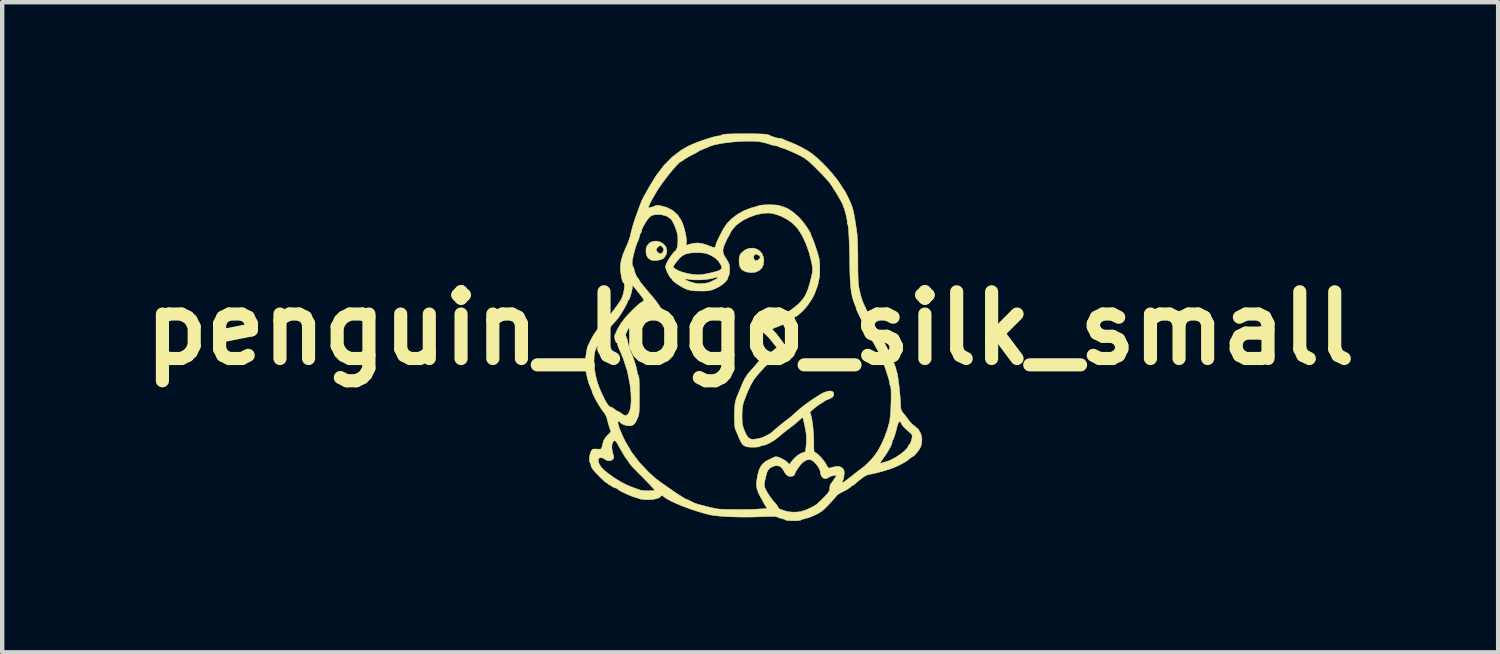
<source format=kicad_pcb>
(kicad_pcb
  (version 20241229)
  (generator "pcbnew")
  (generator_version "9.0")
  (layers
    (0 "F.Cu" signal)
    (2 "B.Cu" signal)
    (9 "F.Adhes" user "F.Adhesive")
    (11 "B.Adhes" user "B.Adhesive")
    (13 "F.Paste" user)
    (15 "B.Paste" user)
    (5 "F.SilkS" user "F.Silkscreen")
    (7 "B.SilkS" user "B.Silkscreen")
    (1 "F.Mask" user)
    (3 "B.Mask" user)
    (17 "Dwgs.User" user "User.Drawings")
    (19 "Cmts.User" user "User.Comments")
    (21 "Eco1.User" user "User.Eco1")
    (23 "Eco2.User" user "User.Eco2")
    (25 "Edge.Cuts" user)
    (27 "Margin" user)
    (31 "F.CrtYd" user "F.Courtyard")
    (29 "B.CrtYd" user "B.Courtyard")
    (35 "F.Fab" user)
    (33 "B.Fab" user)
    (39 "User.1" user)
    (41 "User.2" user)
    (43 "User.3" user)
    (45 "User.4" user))
  (footprint "penguin_logo_silk_small"
    (layer "F.Cu")
    (at 14.086 4.45)
    (property "Reference" "penguin_logo_silk_small" (at 0 0 0) (layer "F.SilkS") (effects (font (size 1.524 1.524) (thickness 0.3))))
    (attr through_hole)
    (fp_poly (pts (xy -2.066 -1.978) (xy -1.992 -1.937) (xy -1.933 -1.873) (xy -1.915 -1.837) (xy -1.902 -1.759) (xy -1.921 -1.679) (xy -1.966 -1.612) (xy -1.987 -1.594) (xy -2.044 -1.568) (xy -2.119 -1.552) (xy -2.196 -1.548) (xy -2.259 -1.558) (xy -2.276 -1.566) (xy -2.333 -1.609) (xy -2.364 -1.66) (xy -2.379 -1.733) (xy -2.379 -1.773) (xy -2.143 -1.773) (xy -2.108 -1.732) (xy -2.106 -1.73) (xy -2.064 -1.705) (xy -2.035 -1.705) (xy -2.004 -1.731) (xy -1.976 -1.781) (xy -1.986 -1.833) (xy -2.011 -1.865) (xy -2.04 -1.887) (xy -2.065 -1.885) (xy -2.098 -1.863) (xy -2.14 -1.818) (xy -2.143 -1.773) (xy -2.379 -1.773) (xy -2.379 -1.82) (xy -2.355 -1.886) (xy -2.302 -1.949) (xy -2.23 -1.985) (xy -2.149 -1.994) (xy -2.066 -1.978)) (stroke (width 0.01) (type solid)) (fill yes) (layer "F.SilkS"))
    (fp_poly (pts (xy 0.141 -1.815) (xy 0.216 -1.771) (xy 0.273 -1.703) (xy 0.307 -1.614) (xy 0.312 -1.552) (xy 0.302 -1.455) (xy 0.27 -1.382) (xy 0.21 -1.324) (xy 0.197 -1.315) (xy 0.115 -1.28) (xy 0.015 -1.272) (xy -0.09 -1.289) (xy -0.114 -1.297) (xy -0.185 -1.335) (xy -0.229 -1.391) (xy -0.25 -1.473) (xy -0.254 -1.537) (xy -0.251 -1.611) (xy -0.249 -1.622) (xy 0.078 -1.622) (xy 0.091 -1.57) (xy 0.125 -1.546) (xy 0.169 -1.554) (xy 0.206 -1.583) (xy 0.229 -1.613) (xy 0.227 -1.636) (xy 0.201 -1.664) (xy 0.154 -1.693) (xy 0.111 -1.689) (xy 0.084 -1.656) (xy 0.078 -1.622) (xy -0.249 -1.622) (xy -0.24 -1.661) (xy -0.216 -1.702) (xy -0.204 -1.717) (xy -0.125 -1.787) (xy -0.036 -1.825) (xy 0.054 -1.834) (xy 0.141 -1.815)) (stroke (width 0.01) (type solid)) (fill yes) (layer "F.SilkS"))
    (fp_poly (pts (xy 0.107 -4.444) (xy 0.243 -4.44) (xy 0.34 -4.435) (xy 0.398 -4.427) (xy 0.412 -4.422) (xy 0.503 -4.383) (xy 0.59 -4.354) (xy 0.66 -4.339) (xy 0.68 -4.338) (xy 0.727 -4.332) (xy 0.753 -4.321) (xy 0.78 -4.306) (xy 0.832 -4.284) (xy 0.899 -4.259) (xy 1.041 -4.2) (xy 1.188 -4.127) (xy 1.326 -4.048) (xy 1.426 -3.979) (xy 1.534 -3.889) (xy 1.652 -3.778) (xy 1.771 -3.654) (xy 1.884 -3.526) (xy 1.983 -3.402) (xy 2.06 -3.292) (xy 2.072 -3.273) (xy 2.101 -3.224) (xy 2.123 -3.191) (xy 2.129 -3.185) (xy 2.151 -3.154) (xy 2.184 -3.097) (xy 2.222 -3.022) (xy 2.262 -2.939) (xy 2.298 -2.857) (xy 2.326 -2.785) (xy 2.33 -2.774) (xy 2.352 -2.696) (xy 2.376 -2.585) (xy 2.4 -2.447) (xy 2.424 -2.29) (xy 2.442 -2.159) (xy 2.448 -2.088) (xy 2.453 -1.986) (xy 2.457 -1.861) (xy 2.46 -1.723) (xy 2.461 -1.579) (xy 2.461 -1.514) (xy 2.461 -1.353) (xy 2.464 -1.211) (xy 2.468 -1.093) (xy 2.474 -1.004) (xy 2.481 -0.949) (xy 2.481 -0.948) (xy 2.497 -0.874) (xy 2.513 -0.804) (xy 2.518 -0.782) (xy 2.534 -0.722) (xy 2.558 -0.649) (xy 2.569 -0.615) (xy 2.592 -0.561) (xy 2.627 -0.485) (xy 2.67 -0.395) (xy 2.718 -0.299) (xy 2.766 -0.205) (xy 2.811 -0.12) (xy 2.848 -0.052) (xy 2.874 -0.009) (xy 2.88 -0.001) (xy 2.909 0.04) (xy 2.92 0.059) (xy 2.935 0.088) (xy 2.964 0.142) (xy 3.002 0.212) (xy 3.02 0.244) (xy 3.122 0.436) (xy 3.204 0.603) (xy 3.269 0.75) (xy 3.318 0.884) (xy 3.354 1.01) (xy 3.36 1.036) (xy 3.372 1.1) (xy 3.386 1.193) (xy 3.4 1.304) (xy 3.413 1.425) (xy 3.424 1.544) (xy 3.433 1.651) (xy 3.438 1.737) (xy 3.438 1.762) (xy 3.442 1.832) (xy 3.455 1.879) (xy 3.484 1.921) (xy 3.498 1.938) (xy 3.546 1.995) (xy 3.596 2.063) (xy 3.615 2.091) (xy 3.667 2.155) (xy 3.732 2.215) (xy 3.759 2.233) (xy 3.842 2.307) (xy 3.898 2.403) (xy 3.924 2.513) (xy 3.918 2.629) (xy 3.894 2.711) (xy 3.869 2.757) (xy 3.831 2.811) (xy 3.787 2.864) (xy 3.747 2.907) (xy 3.717 2.929) (xy 3.711 2.931) (xy 3.688 2.943) (xy 3.649 2.973) (xy 3.634 2.987) (xy 3.576 3.03) (xy 3.494 3.08) (xy 3.397 3.13) (xy 3.299 3.175) (xy 3.21 3.209) (xy 3.204 3.211) (xy 3.035 3.263) (xy 2.893 3.301) (xy 2.783 3.326) (xy 2.746 3.332) (xy 2.685 3.346) (xy 2.624 3.374) (xy 2.554 3.421) (xy 2.468 3.491) (xy 2.449 3.507) (xy 2.391 3.557) (xy 2.35 3.587) (xy 2.334 3.595) (xy 2.314 3.607) (xy 2.28 3.636) (xy 2.24 3.665) (xy 2.178 3.702) (xy 2.116 3.733) (xy 2.052 3.766) (xy 2.003 3.796) (xy 1.979 3.817) (xy 1.96 3.842) (xy 1.921 3.888) (xy 1.866 3.949) (xy 1.807 4.014) (xy 1.731 4.094) (xy 1.667 4.153) (xy 1.607 4.197) (xy 1.538 4.237) (xy 1.491 4.26) (xy 1.409 4.297) (xy 1.329 4.327) (xy 1.266 4.346) (xy 1.251 4.349) (xy 1.199 4.361) (xy 1.165 4.375) (xy 1.161 4.379) (xy 1.137 4.387) (xy 1.086 4.393) (xy 1.018 4.396) (xy 0.946 4.395) (xy 0.88 4.392) (xy 0.831 4.386) (xy 0.812 4.379) (xy 0.788 4.364) (xy 0.74 4.35) (xy 0.729 4.348) (xy 0.672 4.333) (xy 0.628 4.314) (xy 0.624 4.312) (xy 0.598 4.303) (xy 0.548 4.298) (xy 0.47 4.297) (xy 0.36 4.3) (xy 0.262 4.303) (xy 0.067 4.31) (xy -0.13 4.312) (xy -0.322 4.309) (xy -0.502 4.303) (xy -0.665 4.292) (xy -0.803 4.279) (xy -0.91 4.262) (xy -0.928 4.258) (xy -1.077 4.219) (xy -1.232 4.172) (xy -1.389 4.12) (xy -1.539 4.064) (xy -1.679 4.006) (xy -1.8 3.951) (xy -1.896 3.899) (xy -1.963 3.854) (xy -1.971 3.847) (xy -2.003 3.821) (xy -2.023 3.82) (xy -2.039 3.839) (xy -2.083 3.872) (xy -2.156 3.896) (xy -2.249 3.911) (xy -2.353 3.915) (xy -2.393 3.913) (xy -2.464 3.906) (xy -2.52 3.897) (xy -2.549 3.888) (xy -2.55 3.888) (xy -2.582 3.874) (xy -2.628 3.86) (xy -2.681 3.844) (xy -2.749 3.817) (xy -2.825 3.784) (xy -2.9 3.749) (xy -2.964 3.716) (xy -3.01 3.688) (xy -3.028 3.671) (xy -3.028 3.67) (xy -3.045 3.657) (xy -3.086 3.644) (xy -3.086 3.644) (xy -3.135 3.626) (xy -3.166 3.604) (xy -3.2 3.579) (xy -3.216 3.576) (xy -3.241 3.564) (xy -3.243 3.556) (xy -3.259 3.538) (xy -3.269 3.536) (xy -3.292 3.523) (xy -3.336 3.487) (xy -3.394 3.433) (xy -3.46 3.367) (xy -3.465 3.363) (xy -3.544 3.28) (xy -3.596 3.217) (xy -3.625 3.172) (xy -3.634 3.14) (xy -3.641 3.097) (xy -3.654 3.077) (xy -3.668 3.048) (xy -3.673 2.994) (xy -3.673 2.993) (xy -3.468 2.993) (xy -3.468 3.043) (xy -3.446 3.103) (xy -3.405 3.168) (xy -3.351 3.226) (xy -3.234 3.323) (xy -3.099 3.418) (xy -2.958 3.505) (xy -2.822 3.576) (xy -2.726 3.616) (xy -2.683 3.632) (xy -2.624 3.654) (xy -2.608 3.66) (xy -2.55 3.682) (xy -2.5 3.697) (xy -2.491 3.699) (xy -2.446 3.705) (xy -2.382 3.709) (xy -2.312 3.71) (xy -2.247 3.709) (xy -2.2 3.705) (xy -2.183 3.7) (xy -2.192 3.683) (xy -2.225 3.643) (xy -2.278 3.585) (xy -2.347 3.512) (xy -2.428 3.43) (xy -2.438 3.42) (xy -2.534 3.323) (xy -2.607 3.25) (xy -2.661 3.195) (xy -2.7 3.153) (xy -2.728 3.12) (xy -2.75 3.091) (xy -2.77 3.061) (xy -2.785 3.038) (xy -2.813 2.996) (xy -2.833 2.971) (xy -2.834 2.97) (xy -2.843 2.959) (xy -2.86 2.934) (xy -2.887 2.89) (xy -2.927 2.821) (xy -2.983 2.726) (xy -3.008 2.681) (xy -3.037 2.626) (xy -3.039 2.622) (xy -3.074 2.575) (xy -3.107 2.566) (xy -3.135 2.596) (xy -3.153 2.646) (xy -3.16 2.707) (xy -3.154 2.777) (xy -3.133 2.867) (xy -3.117 2.923) (xy -3.118 2.97) (xy -3.147 3.005) (xy -3.194 3.025) (xy -3.249 3.025) (xy -3.302 3.003) (xy -3.313 2.994) (xy -3.362 2.965) (xy -3.403 2.954) (xy -3.447 2.962) (xy -3.468 2.993) (xy -3.673 2.993) (xy -3.668 2.928) (xy -3.654 2.862) (xy -3.64 2.822) (xy -3.618 2.782) (xy -3.596 2.761) (xy -3.56 2.756) (xy -3.502 2.758) (xy -3.441 2.761) (xy -3.409 2.755) (xy -3.393 2.738) (xy -3.387 2.716) (xy -3.364 2.623) (xy -3.342 2.557) (xy -3.314 2.507) (xy -3.275 2.459) (xy -3.261 2.445) (xy -3.18 2.362) (xy -3.209 2.28) (xy -3.231 2.211) (xy -3.25 2.142) (xy -3.022 2.142) (xy -3.02 2.169) (xy -3.005 2.221) (xy -2.997 2.252) (xy -2.974 2.317) (xy -2.937 2.406) (xy -2.888 2.511) (xy -2.851 2.586) (xy -2.708 2.829) (xy -2.532 3.061) (xy -2.321 3.285) (xy -2.188 3.406) (xy -2.142 3.443) (xy -2.074 3.494) (xy -1.991 3.554) (xy -1.898 3.619) (xy -1.801 3.686) (xy -1.706 3.751) (xy -1.618 3.809) (xy -1.542 3.857) (xy -1.486 3.891) (xy -1.455 3.907) (xy -1.451 3.908) (xy -1.424 3.917) (xy -1.376 3.939) (xy -1.346 3.955) (xy -1.276 3.989) (xy -1.204 4.016) (xy -1.182 4.022) (xy -1.125 4.036) (xy -1.046 4.056) (xy -0.96 4.078) (xy -0.948 4.081) (xy -0.864 4.101) (xy -0.787 4.117) (xy -0.73 4.127) (xy -0.723 4.128) (xy -0.648 4.132) (xy -0.543 4.136) (xy -0.417 4.138) (xy -0.28 4.139) (xy -0.141 4.138) (xy -0.009 4.136) (xy 0.106 4.132) (xy 0.15 4.13) (xy 0.388 4.117) (xy 0.341 4.042) (xy 0.312 3.995) (xy 0.295 3.963) (xy 0.293 3.957) (xy 0.284 3.935) (xy 0.259 3.893) (xy 0.244 3.868) (xy 0.185 3.755) (xy 0.15 3.643) (xy 0.143 3.561) (xy 0.323 3.561) (xy 0.332 3.626) (xy 0.335 3.638) (xy 0.364 3.7) (xy 0.41 3.779) (xy 0.465 3.862) (xy 0.521 3.936) (xy 0.567 3.987) (xy 0.606 4.032) (xy 0.632 4.074) (xy 0.633 4.078) (xy 0.658 4.116) (xy 0.68 4.129) (xy 0.719 4.143) (xy 0.775 4.163) (xy 0.791 4.169) (xy 0.877 4.19) (xy 0.983 4.199) (xy 1.092 4.195) (xy 1.181 4.179) (xy 1.268 4.15) (xy 1.362 4.109) (xy 1.449 4.065) (xy 1.514 4.024) (xy 1.52 4.019) (xy 1.558 3.985) (xy 1.613 3.933) (xy 1.675 3.871) (xy 1.695 3.851) (xy 1.755 3.787) (xy 1.792 3.74) (xy 1.81 3.703) (xy 1.817 3.665) (xy 1.817 3.652) (xy 1.823 3.596) (xy 1.839 3.556) (xy 1.842 3.553) (xy 1.866 3.522) (xy 1.901 3.472) (xy 1.922 3.441) (xy 1.978 3.355) (xy 1.898 3.366) (xy 1.839 3.38) (xy 1.794 3.402) (xy 1.787 3.408) (xy 1.738 3.435) (xy 1.687 3.43) (xy 1.643 3.397) (xy 1.612 3.342) (xy 1.602 3.279) (xy 1.589 3.229) (xy 1.554 3.165) (xy 1.506 3.1) (xy 1.454 3.045) (xy 1.414 3.016) (xy 1.35 2.997) (xy 1.284 3.01) (xy 1.209 3.058) (xy 1.192 3.073) (xy 1.153 3.115) (xy 1.108 3.172) (xy 1.066 3.234) (xy 1.033 3.29) (xy 1.017 3.329) (xy 1.016 3.335) (xy 0.999 3.364) (xy 0.957 3.381) (xy 0.902 3.382) (xy 0.872 3.375) (xy 0.819 3.339) (xy 0.79 3.294) (xy 0.739 3.206) (xy 0.681 3.153) (xy 0.613 3.136) (xy 0.551 3.145) (xy 0.461 3.185) (xy 0.401 3.25) (xy 0.375 3.317) (xy 0.359 3.383) (xy 0.341 3.46) (xy 0.336 3.481) (xy 0.323 3.561) (xy 0.143 3.561) (xy 0.142 3.542) (xy 0.143 3.529) (xy 0.166 3.377) (xy 0.195 3.258) (xy 0.234 3.167) (xy 0.285 3.097) (xy 0.351 3.042) (xy 0.41 3.009) (xy 0.469 2.981) (xy 0.517 2.956) (xy 0.532 2.949) (xy 0.575 2.933) (xy 0.594 2.931) (xy 0.643 2.941) (xy 0.709 2.969) (xy 0.777 3.005) (xy 0.833 3.043) (xy 0.849 3.058) (xy 0.896 3.109) (xy 0.961 3.022) (xy 1.017 2.96) (xy 1.084 2.903) (xy 1.153 2.859) (xy 1.212 2.835) (xy 1.229 2.833) (xy 1.248 2.828) (xy 1.26 2.808) (xy 1.269 2.766) (xy 1.277 2.694) (xy 1.279 2.669) (xy 1.284 2.579) (xy 1.285 2.489) (xy 1.281 2.418) (xy 1.28 2.411) (xy 1.271 2.355) (xy 1.258 2.283) (xy 1.242 2.206) (xy 1.226 2.132) (xy 1.212 2.073) (xy 1.202 2.039) (xy 1.2 2.035) (xy 1.185 2.044) (xy 1.15 2.073) (xy 1.12 2.101) (xy 1.069 2.146) (xy 0.999 2.204) (xy 0.922 2.263) (xy 0.899 2.281) (xy 0.824 2.337) (xy 0.753 2.394) (xy 0.697 2.441) (xy 0.684 2.453) (xy 0.605 2.518) (xy 0.515 2.579) (xy 0.426 2.629) (xy 0.348 2.662) (xy 0.31 2.672) (xy 0.258 2.682) (xy 0.226 2.696) (xy 0.223 2.699) (xy 0.2 2.707) (xy 0.148 2.713) (xy 0.078 2.716) (xy 0.065 2.716) (xy -0.038 2.712) (xy -0.113 2.695) (xy -0.167 2.659) (xy -0.211 2.597) (xy -0.254 2.505) (xy -0.255 2.502) (xy -0.286 2.426) (xy -0.315 2.359) (xy -0.336 2.313) (xy -0.338 2.307) (xy -0.349 2.264) (xy -0.356 2.185) (xy -0.36 2.075) (xy -0.361 1.995) (xy -0.358 1.86) (xy -0.351 1.754) (xy -0.336 1.666) (xy -0.312 1.585) (xy -0.277 1.502) (xy -0.274 1.495) (xy -0.259 1.459) (xy -0.233 1.398) (xy -0.203 1.324) (xy -0.193 1.299) (xy -0.161 1.225) (xy -0.131 1.163) (xy -0.109 1.124) (xy -0.104 1.117) (xy -0.082 1.089) (xy -0.078 1.078) (xy -0.066 1.058) (xy -0.034 1.018) (xy 0.005 0.974) (xy 0.066 0.906) (xy 0.131 0.831) (xy 0.162 0.793) (xy 0.208 0.744) (xy 0.266 0.69) (xy 0.33 0.636) (xy 0.389 0.589) (xy 0.437 0.558) (xy 0.464 0.547) (xy 0.488 0.536) (xy 0.528 0.507) (xy 0.545 0.493) (xy 0.609 0.439) (xy 0.525 0.332) (xy 0.45 0.241) (xy 0.384 0.169) (xy 0.314 0.106) (xy 0.259 0.062) (xy 0.206 0.012) (xy 0.178 -0.031) (xy 0.176 -0.044) (xy 0.193 -0.102) (xy 0.24 -0.141) (xy 0.31 -0.157) (xy 0.311 -0.157) (xy 0.377 -0.165) (xy 0.448 -0.182) (xy 0.459 -0.186) (xy 0.516 -0.204) (xy 0.562 -0.214) (xy 0.571 -0.215) (xy 0.613 -0.226) (xy 0.677 -0.258) (xy 0.758 -0.305) (xy 0.848 -0.363) (xy 0.939 -0.426) (xy 1.024 -0.49) (xy 1.097 -0.55) (xy 1.134 -0.587) (xy 1.195 -0.656) (xy 1.245 -0.729) (xy 1.289 -0.814) (xy 1.328 -0.917) (xy 1.366 -1.045) (xy 1.404 -1.197) (xy 1.42 -1.276) (xy 1.425 -1.346) (xy 1.418 -1.422) (xy 1.401 -1.518) (xy 1.399 -1.524) (xy 1.344 -1.737) (xy 1.273 -1.936) (xy 1.189 -2.115) (xy 1.095 -2.265) (xy 1.061 -2.308) (xy 0.959 -2.409) (xy 0.831 -2.497) (xy 0.689 -2.569) (xy 0.545 -2.616) (xy 0.436 -2.634) (xy 0.293 -2.627) (xy 0.138 -2.595) (xy -0.019 -2.539) (xy -0.165 -2.466) (xy -0.29 -2.379) (xy -0.327 -2.346) (xy -0.381 -2.287) (xy -0.426 -2.228) (xy -0.45 -2.186) (xy -0.47 -2.14) (xy -0.486 -2.112) (xy -0.487 -2.11) (xy -0.504 -2.084) (xy -0.531 -2.033) (xy -0.562 -1.966) (xy -0.592 -1.894) (xy -0.595 -1.888) (xy -0.619 -1.81) (xy -0.62 -1.742) (xy -0.597 -1.672) (xy -0.547 -1.588) (xy -0.547 -1.587) (xy -0.505 -1.521) (xy -0.482 -1.47) (xy -0.471 -1.417) (xy -0.469 -1.347) (xy -0.469 -1.342) (xy -0.472 -1.275) (xy -0.479 -1.224) (xy -0.488 -1.202) (xy -0.505 -1.174) (xy -0.508 -1.151) (xy -0.525 -1.107) (xy -0.57 -1.055) (xy -0.636 -0.999) (xy -0.715 -0.947) (xy -0.798 -0.906) (xy -0.863 -0.88) (xy -0.921 -0.864) (xy -0.983 -0.855) (xy -1.063 -0.852) (xy -1.135 -0.852) (xy -1.257 -0.855) (xy -1.349 -0.864) (xy -1.423 -0.882) (xy -1.438 -0.887) (xy -1.5 -0.914) (xy -1.571 -0.952) (xy -1.642 -0.996) (xy -1.706 -1.039) (xy -1.754 -1.076) (xy -1.777 -1.103) (xy -1.778 -1.107) (xy -1.784 -1.118) (xy -1.485 -1.118) (xy -1.467 -1.102) (xy -1.419 -1.08) (xy -1.347 -1.056) (xy -1.26 -1.032) (xy -1.241 -1.028) (xy -1.189 -1.022) (xy -1.117 -1.023) (xy -1.041 -1.028) (xy -0.973 -1.038) (xy -0.929 -1.05) (xy -0.927 -1.052) (xy -0.884 -1.073) (xy -0.827 -1.1) (xy -0.816 -1.105) (xy -0.77 -1.129) (xy -0.744 -1.15) (xy -0.742 -1.155) (xy -0.745 -1.169) (xy -0.758 -1.17) (xy -0.795 -1.16) (xy -0.813 -1.154) (xy -0.914 -1.13) (xy -1.037 -1.113) (xy -1.17 -1.106) (xy -1.296 -1.107) (xy -1.402 -1.119) (xy -1.421 -1.123) (xy -1.468 -1.128) (xy -1.485 -1.118) (xy -1.784 -1.118) (xy -1.794 -1.133) (xy -1.804 -1.139) (xy -1.827 -1.162) (xy -1.856 -1.21) (xy -1.888 -1.271) (xy -1.914 -1.333) (xy -1.931 -1.385) (xy -1.934 -1.401) (xy -1.765 -1.401) (xy -1.712 -1.358) (xy -1.644 -1.319) (xy -1.549 -1.284) (xy -1.436 -1.254) (xy -1.318 -1.233) (xy -1.205 -1.223) (xy -1.114 -1.226) (xy -1.054 -1.236) (xy -0.971 -1.252) (xy -0.88 -1.272) (xy -0.851 -1.279) (xy -0.753 -1.306) (xy -0.689 -1.331) (xy -0.655 -1.36) (xy -0.649 -1.394) (xy -0.664 -1.44) (xy -0.671 -1.452) (xy -0.727 -1.539) (xy -0.795 -1.605) (xy -0.888 -1.66) (xy -0.909 -1.671) (xy -0.969 -1.697) (xy -1.023 -1.714) (xy -1.083 -1.723) (xy -1.161 -1.727) (xy -1.221 -1.728) (xy -1.352 -1.723) (xy -1.456 -1.704) (xy -1.54 -1.664) (xy -1.616 -1.6) (xy -1.693 -1.506) (xy -1.72 -1.467) (xy -1.765 -1.401) (xy -1.934 -1.401) (xy -1.934 -1.405) (xy -1.923 -1.454) (xy -1.892 -1.521) (xy -1.849 -1.596) (xy -1.8 -1.669) (xy -1.751 -1.728) (xy -1.741 -1.738) (xy -1.698 -1.782) (xy -1.674 -1.823) (xy -1.66 -1.878) (xy -1.654 -1.929) (xy -1.651 -2.013) (xy -1.654 -2.1) (xy -1.66 -2.146) (xy -1.68 -2.221) (xy -1.71 -2.306) (xy -1.746 -2.39) (xy -1.783 -2.459) (xy -1.815 -2.502) (xy -1.904 -2.561) (xy -2.017 -2.593) (xy -2.095 -2.599) (xy -2.172 -2.595) (xy -2.232 -2.583) (xy -2.282 -2.555) (xy -2.329 -2.507) (xy -2.38 -2.434) (xy -2.437 -2.337) (xy -2.464 -2.282) (xy -2.48 -2.237) (xy -2.481 -2.225) (xy -2.49 -2.19) (xy -2.499 -2.18) (xy -2.513 -2.155) (xy -2.527 -2.108) (xy -2.53 -2.096) (xy -2.542 -2.043) (xy -2.556 -2.006) (xy -2.558 -2.003) (xy -2.579 -1.962) (xy -2.604 -1.894) (xy -2.63 -1.807) (xy -2.655 -1.713) (xy -2.677 -1.622) (xy -2.691 -1.543) (xy -2.696 -1.491) (xy -2.691 -1.445) (xy -2.68 -1.418) (xy -2.679 -1.418) (xy -2.664 -1.393) (xy -2.65 -1.346) (xy -2.648 -1.334) (xy -2.631 -1.273) (xy -2.606 -1.211) (xy -2.578 -1.161) (xy -2.555 -1.136) (xy -2.54 -1.114) (xy -2.54 -1.112) (xy -2.53 -1.09) (xy -2.498 -1.044) (xy -2.443 -0.975) (xy -2.365 -0.88) (xy -2.262 -0.758) (xy -2.217 -0.705) (xy -2.148 -0.62) (xy -2.091 -0.542) (xy -2.051 -0.478) (xy -2.033 -0.434) (xy -2.032 -0.428) (xy -2.043 -0.367) (xy -2.078 -0.336) (xy -2.108 -0.332) (xy -2.137 -0.335) (xy -2.163 -0.349) (xy -2.193 -0.379) (xy -2.234 -0.432) (xy -2.256 -0.462) (xy -2.268 -0.476) (xy -2.283 -0.481) (xy -2.306 -0.473) (xy -2.344 -0.449) (xy -2.402 -0.407) (xy -2.45 -0.371) (xy -2.524 -0.309) (xy -2.598 -0.233) (xy -2.67 -0.15) (xy -2.734 -0.064) (xy -2.788 0.018) (xy -2.825 0.09) (xy -2.844 0.146) (xy -2.838 0.18) (xy -2.821 0.216) (xy -2.805 0.268) (xy -2.804 0.274) (xy -2.787 0.354) (xy -2.765 0.429) (xy -2.736 0.511) (xy -2.694 0.613) (xy -2.681 0.645) (xy -2.659 0.703) (xy -2.635 0.779) (xy -2.611 0.859) (xy -2.592 0.933) (xy -2.581 0.988) (xy -2.579 1.006) (xy -2.568 1.051) (xy -2.555 1.072) (xy -2.546 1.092) (xy -2.539 1.135) (xy -2.535 1.205) (xy -2.532 1.304) (xy -2.53 1.438) (xy -2.53 1.53) (xy -2.53 1.672) (xy -2.531 1.781) (xy -2.534 1.863) (xy -2.537 1.923) (xy -2.544 1.969) (xy -2.553 2.004) (xy -2.565 2.037) (xy -2.576 2.061) (xy -2.616 2.142) (xy -2.653 2.191) (xy -2.693 2.218) (xy -2.744 2.227) (xy -2.766 2.227) (xy -2.825 2.22) (xy -2.886 2.202) (xy -2.937 2.178) (xy -2.967 2.153) (xy -2.97 2.144) (xy -2.986 2.131) (xy -3 2.13) (xy -3.022 2.142) (xy -3.25 2.142) (xy -3.253 2.129) (xy -3.263 2.091) (xy -3.284 2.021) (xy -3.313 1.959) (xy -3.331 1.934) (xy -3.375 1.878) (xy -3.425 1.803) (xy -3.478 1.718) (xy -3.528 1.63) (xy -3.57 1.548) (xy -3.601 1.48) (xy -3.614 1.434) (xy -3.615 1.43) (xy -3.623 1.404) (xy -3.64 1.368) (xy -3.679 1.276) (xy -3.714 1.157) (xy -3.745 1.021) (xy -3.753 0.973) (xy -3.765 0.885) (xy -3.768 0.805) (xy -3.766 0.767) (xy -3.568 0.767) (xy -3.557 0.916) (xy -3.532 1.071) (xy -3.493 1.225) (xy -3.441 1.371) (xy -3.438 1.377) (xy -3.368 1.533) (xy -3.309 1.652) (xy -3.258 1.735) (xy -3.217 1.783) (xy -3.186 1.798) (xy -3.149 1.81) (xy -3.105 1.841) (xy -3.099 1.846) (xy -3.058 1.879) (xy -3.026 1.895) (xy -3.023 1.896) (xy -2.993 1.908) (xy -2.95 1.937) (xy -2.941 1.945) (xy -2.88 1.984) (xy -2.833 1.989) (xy -2.792 1.961) (xy -2.79 1.959) (xy -2.752 1.889) (xy -2.728 1.786) (xy -2.719 1.652) (xy -2.723 1.49) (xy -2.743 1.303) (xy -2.744 1.29) (xy -2.804 0.986) (xy -2.901 0.687) (xy -2.982 0.496) (xy -3.008 0.435) (xy -3.025 0.385) (xy -3.028 0.364) (xy -3.037 0.337) (xy -3.046 0.332) (xy -3.066 0.315) (xy -3.083 0.274) (xy -3.095 0.223) (xy -3.098 0.177) (xy -3.095 0.164) (xy -3.036 0.028) (xy -2.953 -0.112) (xy -2.858 -0.238) (xy -2.849 -0.249) (xy -2.764 -0.341) (xy -2.68 -0.426) (xy -2.604 -0.499) (xy -2.541 -0.555) (xy -2.495 -0.589) (xy -2.48 -0.596) (xy -2.445 -0.619) (xy -2.436 -0.633) (xy -2.433 -0.646) (xy -2.437 -0.662) (xy -2.451 -0.687) (xy -2.479 -0.726) (xy -2.524 -0.784) (xy -2.589 -0.866) (xy -2.599 -0.877) (xy -2.687 -0.987) (xy -2.692 -0.928) (xy -2.7 -0.872) (xy -2.716 -0.806) (xy -2.735 -0.739) (xy -2.754 -0.684) (xy -2.771 -0.65) (xy -2.778 -0.645) (xy -2.793 -0.629) (xy -2.794 -0.622) (xy -2.804 -0.591) (xy -2.83 -0.537) (xy -2.868 -0.467) (xy -2.913 -0.391) (xy -2.959 -0.317) (xy -3 -0.255) (xy -3.031 -0.215) (xy -3.079 -0.16) (xy -3.137 -0.095) (xy -3.169 -0.06) (xy -3.205 -0.017) (xy -3.252 0.043) (xy -3.304 0.113) (xy -3.356 0.185) (xy -3.402 0.251) (xy -3.437 0.305) (xy -3.456 0.338) (xy -3.458 0.343) (xy -3.468 0.364) (xy -3.492 0.405) (xy -3.507 0.43) (xy -3.543 0.517) (xy -3.563 0.632) (xy -3.568 0.767) (xy -3.766 0.767) (xy -3.763 0.715) (xy -3.753 0.633) (xy -3.741 0.548) (xy -3.728 0.476) (xy -3.717 0.426) (xy -3.712 0.412) (xy -3.694 0.377) (xy -3.668 0.322) (xy -3.65 0.283) (xy -3.575 0.146) (xy -3.478 0.01) (xy -3.392 -0.088) (xy -3.324 -0.161) (xy -3.248 -0.251) (xy -3.168 -0.35) (xy -3.091 -0.451) (xy -3.022 -0.546) (xy -2.968 -0.626) (xy -2.935 -0.684) (xy -2.911 -0.747) (xy -2.891 -0.821) (xy -2.877 -0.895) (xy -2.871 -0.962) (xy -2.873 -1.012) (xy -2.885 -1.035) (xy -2.888 -1.036) (xy -2.906 -1.054) (xy -2.924 -1.103) (xy -2.941 -1.176) (xy -2.956 -1.265) (xy -2.964 -1.355) (xy -2.963 -1.454) (xy -2.944 -1.562) (xy -2.906 -1.685) (xy -2.847 -1.829) (xy -2.812 -1.906) (xy -2.778 -1.989) (xy -2.746 -2.087) (xy -2.725 -2.173) (xy -2.704 -2.259) (xy -2.674 -2.365) (xy -2.64 -2.471) (xy -2.625 -2.514) (xy -2.591 -2.61) (xy -2.555 -2.708) (xy -2.535 -2.764) (xy -2.325 -2.764) (xy -2.309 -2.759) (xy -2.271 -2.764) (xy -2.225 -2.776) (xy -2.186 -2.791) (xy -2.174 -2.799) (xy -2.139 -2.809) (xy -2.084 -2.808) (xy -2.07 -2.806) (xy -1.906 -2.763) (xy -1.768 -2.692) (xy -1.658 -2.593) (xy -1.573 -2.464) (xy -1.538 -2.384) (xy -1.507 -2.286) (xy -1.481 -2.184) (xy -1.463 -2.087) (xy -1.454 -2.008) (xy -1.455 -1.96) (xy -1.467 -1.898) (xy -1.363 -1.926) (xy -1.269 -1.946) (xy -1.183 -1.95) (xy -1.093 -1.936) (xy -0.991 -1.905) (xy -0.882 -1.861) (xy -0.826 -1.846) (xy -0.794 -1.862) (xy -0.782 -1.91) (xy -0.781 -1.915) (xy -0.772 -1.949) (xy -0.744 -2.013) (xy -0.7 -2.103) (xy -0.642 -2.216) (xy -0.604 -2.286) (xy -0.524 -2.401) (xy -0.413 -2.511) (xy -0.281 -2.61) (xy -0.136 -2.69) (xy 0.012 -2.747) (xy 0.049 -2.757) (xy 0.116 -2.775) (xy 0.174 -2.794) (xy 0.193 -2.801) (xy 0.238 -2.812) (xy 0.31 -2.819) (xy 0.398 -2.823) (xy 0.491 -2.822) (xy 0.578 -2.818) (xy 0.647 -2.811) (xy 0.686 -2.8) (xy 0.743 -2.778) (xy 0.782 -2.767) (xy 0.844 -2.743) (xy 0.922 -2.695) (xy 1.009 -2.631) (xy 1.094 -2.556) (xy 1.122 -2.529) (xy 1.174 -2.471) (xy 1.231 -2.399) (xy 1.286 -2.323) (xy 1.334 -2.25) (xy 1.37 -2.189) (xy 1.387 -2.148) (xy 1.387 -2.142) (xy 1.396 -2.109) (xy 1.401 -2.103) (xy 1.415 -2.076) (xy 1.438 -2.021) (xy 1.466 -1.945) (xy 1.496 -1.858) (xy 1.525 -1.768) (xy 1.551 -1.684) (xy 1.57 -1.615) (xy 1.576 -1.59) (xy 1.584 -1.527) (xy 1.589 -1.442) (xy 1.591 -1.348) (xy 1.59 -1.258) (xy 1.585 -1.186) (xy 1.579 -1.153) (xy 1.568 -1.101) (xy 1.555 -1.036) (xy 1.553 -1.026) (xy 1.54 -0.971) (xy 1.527 -0.933) (xy 1.524 -0.928) (xy 1.509 -0.895) (xy 1.498 -0.859) (xy 1.468 -0.777) (xy 1.416 -0.679) (xy 1.349 -0.575) (xy 1.275 -0.477) (xy 1.199 -0.396) (xy 1.141 -0.342) (xy 1.092 -0.3) (xy 1.06 -0.276) (xy 1.053 -0.274) (xy 1.025 -0.263) (xy 0.982 -0.237) (xy 0.938 -0.205) (xy 0.907 -0.178) (xy 0.902 -0.171) (xy 0.88 -0.156) (xy 0.877 -0.156) (xy 0.851 -0.147) (xy 0.806 -0.122) (xy 0.786 -0.11) (xy 0.723 -0.077) (xy 0.646 -0.044) (xy 0.611 -0.031) (xy 0.554 -0.01) (xy 0.517 0.009) (xy 0.508 0.018) (xy 0.521 0.041) (xy 0.548 0.069) (xy 0.579 0.102) (xy 0.624 0.156) (xy 0.674 0.221) (xy 0.685 0.236) (xy 0.781 0.366) (xy 0.86 0.345) (xy 0.934 0.334) (xy 0.981 0.351) (xy 1.004 0.397) (xy 1.006 0.431) (xy 1.004 0.468) (xy 0.99 0.492) (xy 0.956 0.51) (xy 0.899 0.528) (xy 0.799 0.565) (xy 0.703 0.611) (xy 0.626 0.659) (xy 0.604 0.676) (xy 0.573 0.698) (xy 0.559 0.703) (xy 0.532 0.716) (xy 0.486 0.748) (xy 0.429 0.793) (xy 0.372 0.844) (xy 0.323 0.892) (xy 0.305 0.912) (xy 0.256 0.968) (xy 0.197 1.034) (xy 0.162 1.073) (xy 0.087 1.168) (xy 0.015 1.292) (xy -0.058 1.448) (xy -0.132 1.64) (xy -0.14 1.661) (xy -0.162 1.735) (xy -0.176 1.809) (xy -0.183 1.897) (xy -0.185 1.993) (xy -0.184 2.092) (xy -0.179 2.166) (xy -0.168 2.227) (xy -0.148 2.29) (xy -0.128 2.342) (xy -0.088 2.432) (xy -0.046 2.492) (xy 0.003 2.526) (xy 0.067 2.536) (xy 0.154 2.525) (xy 0.25 2.503) (xy 0.308 2.481) (xy 0.378 2.448) (xy 0.446 2.41) (xy 0.496 2.375) (xy 0.508 2.364) (xy 0.533 2.34) (xy 0.581 2.299) (xy 0.642 2.248) (xy 0.707 2.195) (xy 0.768 2.146) (xy 0.816 2.108) (xy 0.841 2.091) (xy 0.879 2.062) (xy 0.934 2.017) (xy 0.984 1.973) (xy 1.043 1.92) (xy 1.099 1.87) (xy 1.132 1.841) (xy 1.19 1.793) (xy 1.27 1.733) (xy 1.362 1.667) (xy 1.458 1.602) (xy 1.548 1.543) (xy 1.623 1.497) (xy 1.669 1.473) (xy 1.76 1.439) (xy 1.834 1.43) (xy 1.885 1.444) (xy 1.91 1.481) (xy 1.907 1.532) (xy 1.885 1.569) (xy 1.834 1.601) (xy 1.802 1.614) (xy 1.747 1.637) (xy 1.709 1.655) (xy 1.7 1.662) (xy 1.677 1.68) (xy 1.647 1.697) (xy 1.596 1.728) (xy 1.536 1.77) (xy 1.476 1.817) (xy 1.423 1.862) (xy 1.383 1.9) (xy 1.366 1.924) (xy 1.367 1.927) (xy 1.383 1.964) (xy 1.401 2.033) (xy 1.417 2.124) (xy 1.432 2.232) (xy 1.443 2.348) (xy 1.451 2.463) (xy 1.454 2.572) (xy 1.454 2.584) (xy 1.454 2.69) (xy 1.456 2.762) (xy 1.461 2.806) (xy 1.469 2.828) (xy 1.479 2.833) (xy 1.51 2.848) (xy 1.556 2.886) (xy 1.61 2.939) (xy 1.662 3) (xy 1.707 3.059) (xy 1.729 3.097) (xy 1.766 3.162) (xy 1.795 3.192) (xy 1.82 3.193) (xy 1.821 3.192) (xy 1.86 3.177) (xy 1.927 3.162) (xy 1.983 3.152) (xy 2.049 3.158) (xy 2.096 3.185) (xy 2.131 3.22) (xy 2.147 3.264) (xy 2.149 3.314) (xy 2.142 3.386) (xy 2.126 3.456) (xy 2.121 3.469) (xy 2.104 3.512) (xy 2.104 3.527) (xy 2.122 3.521) (xy 2.129 3.517) (xy 2.162 3.496) (xy 2.214 3.457) (xy 2.276 3.409) (xy 2.29 3.399) (xy 2.352 3.35) (xy 2.404 3.307) (xy 2.438 3.28) (xy 2.442 3.277) (xy 2.477 3.25) (xy 2.526 3.215) (xy 2.54 3.205) (xy 2.612 3.148) (xy 2.696 3.069) (xy 2.698 3.067) (xy 2.975 3.067) (xy 2.976 3.083) (xy 3 3.079) (xy 3.004 3.077) (xy 3.048 3.062) (xy 3.099 3.048) (xy 3.178 3.022) (xy 3.266 2.979) (xy 3.358 2.925) (xy 3.444 2.866) (xy 3.52 2.805) (xy 3.577 2.748) (xy 3.61 2.7) (xy 3.614 2.682) (xy 3.626 2.659) (xy 3.633 2.657) (xy 3.65 2.64) (xy 3.67 2.597) (xy 3.688 2.539) (xy 3.701 2.48) (xy 3.702 2.471) (xy 3.695 2.43) (xy 3.66 2.389) (xy 3.636 2.371) (xy 3.564 2.31) (xy 3.502 2.247) (xy 3.46 2.191) (xy 3.448 2.166) (xy 3.428 2.132) (xy 3.404 2.134) (xy 3.38 2.17) (xy 3.36 2.232) (xy 3.336 2.33) (xy 3.311 2.419) (xy 3.287 2.491) (xy 3.267 2.538) (xy 3.26 2.549) (xy 3.246 2.583) (xy 3.243 2.604) (xy 3.233 2.646) (xy 3.203 2.71) (xy 3.16 2.788) (xy 3.109 2.872) (xy 3.053 2.952) (xy 3.046 2.962) (xy 2.998 3.028) (xy 2.975 3.067) (xy 2.698 3.067) (xy 2.78 2.981) (xy 2.848 2.899) (xy 2.925 2.785) (xy 3 2.643) (xy 3.071 2.484) (xy 3.131 2.321) (xy 3.176 2.163) (xy 3.187 2.11) (xy 3.196 2.046) (xy 3.204 1.96) (xy 3.211 1.858) (xy 3.216 1.748) (xy 3.219 1.636) (xy 3.22 1.532) (xy 3.219 1.441) (xy 3.215 1.371) (xy 3.209 1.33) (xy 3.206 1.322) (xy 3.189 1.287) (xy 3.185 1.255) (xy 3.179 1.214) (xy 3.163 1.149) (xy 3.14 1.075) (xy 3.138 1.068) (xy 3.107 0.973) (xy 3.072 0.868) (xy 3.048 0.791) (xy 3.021 0.713) (xy 2.992 0.647) (xy 2.956 0.577) (xy 2.906 0.491) (xy 2.898 0.478) (xy 2.879 0.445) (xy 2.848 0.387) (xy 2.809 0.311) (xy 2.774 0.245) (xy 2.733 0.166) (xy 2.697 0.1) (xy 2.672 0.055) (xy 2.661 0.039) (xy 2.646 0.018) (xy 2.621 -0.029) (xy 2.589 -0.093) (xy 2.582 -0.107) (xy 2.542 -0.19) (xy 2.501 -0.274) (xy 2.47 -0.339) (xy 2.443 -0.395) (xy 2.426 -0.438) (xy 2.423 -0.453) (xy 2.415 -0.483) (xy 2.397 -0.53) (xy 2.395 -0.534) (xy 2.36 -0.624) (xy 2.332 -0.721) (xy 2.31 -0.83) (xy 2.295 -0.959) (xy 2.284 -1.112) (xy 2.277 -1.295) (xy 2.275 -1.417) (xy 2.272 -1.619) (xy 2.268 -1.804) (xy 2.262 -1.969) (xy 2.256 -2.111) (xy 2.248 -2.227) (xy 2.241 -2.313) (xy 2.232 -2.366) (xy 2.224 -2.384) (xy 2.213 -2.394) (xy 2.215 -2.398) (xy 2.218 -2.432) (xy 2.211 -2.492) (xy 2.194 -2.572) (xy 2.171 -2.661) (xy 2.143 -2.75) (xy 2.113 -2.831) (xy 2.108 -2.843) (xy 2.079 -2.899) (xy 2.035 -2.977) (xy 1.982 -3.068) (xy 1.925 -3.16) (xy 1.87 -3.245) (xy 1.825 -3.311) (xy 1.811 -3.329) (xy 1.772 -3.376) (xy 1.715 -3.439) (xy 1.647 -3.511) (xy 1.573 -3.587) (xy 1.498 -3.663) (xy 1.427 -3.732) (xy 1.366 -3.789) (xy 1.32 -3.83) (xy 1.295 -3.849) (xy 1.292 -3.849) (xy 1.271 -3.86) (xy 1.27 -3.865) (xy 1.253 -3.88) (xy 1.209 -3.908) (xy 1.145 -3.943) (xy 1.068 -3.981) (xy 0.987 -4.018) (xy 0.953 -4.033) (xy 0.885 -4.062) (xy 0.818 -4.091) (xy 0.813 -4.093) (xy 0.761 -4.113) (xy 0.72 -4.122) (xy 0.716 -4.123) (xy 0.683 -4.133) (xy 0.675 -4.14) (xy 0.65 -4.154) (xy 0.602 -4.167) (xy 0.581 -4.171) (xy 0.519 -4.183) (xy 0.468 -4.196) (xy 0.459 -4.2) (xy 0.421 -4.213) (xy 0.358 -4.231) (xy 0.29 -4.249) (xy 0.192 -4.266) (xy 0.066 -4.274) (xy -0.078 -4.275) (xy -0.234 -4.269) (xy -0.394 -4.257) (xy -0.55 -4.239) (xy -0.694 -4.217) (xy -0.819 -4.19) (xy -0.916 -4.16) (xy -0.953 -4.143) (xy -0.991 -4.126) (xy -1.049 -4.103) (xy -1.075 -4.093) (xy -1.128 -4.071) (xy -1.165 -4.053) (xy -1.172 -4.048) (xy -1.193 -4.033) (xy -1.24 -4.007) (xy -1.305 -3.972) (xy -1.334 -3.958) (xy -1.408 -3.918) (xy -1.472 -3.881) (xy -1.516 -3.852) (xy -1.523 -3.845) (xy -1.558 -3.819) (xy -1.579 -3.81) (xy -1.606 -3.795) (xy -1.651 -3.753) (xy -1.711 -3.689) (xy -1.78 -3.609) (xy -1.855 -3.518) (xy -1.931 -3.42) (xy -2.004 -3.321) (xy -2.071 -3.227) (xy -2.126 -3.142) (xy -2.141 -3.117) (xy -2.177 -3.056) (xy -2.208 -3.003) (xy -2.221 -2.98) (xy -2.248 -2.932) (xy -2.277 -2.874) (xy -2.303 -2.819) (xy -2.321 -2.778) (xy -2.325 -2.764) (xy -2.535 -2.764) (xy -2.525 -2.792) (xy -2.514 -2.823) (xy -2.481 -2.904) (xy -2.443 -2.986) (xy -2.42 -3.029) (xy -2.381 -3.096) (xy -2.336 -3.176) (xy -2.304 -3.234) (xy -2.142 -3.497) (xy -1.967 -3.724) (xy -1.778 -3.915) (xy -1.575 -4.07) (xy -1.397 -4.171) (xy -1.309 -4.209) (xy -1.206 -4.251) (xy -1.094 -4.292) (xy -0.982 -4.329) (xy -0.879 -4.361) (xy -0.792 -4.384) (xy -0.731 -4.395) (xy -0.717 -4.396) (xy -0.676 -4.401) (xy -0.657 -4.412) (xy -0.643 -4.422) (xy -0.612 -4.43) (xy -0.56 -4.436) (xy -0.483 -4.44) (xy -0.379 -4.443) (xy -0.243 -4.445) (xy -0.072 -4.445) (xy -0.066 -4.445) (xy 0.107 -4.444)) (stroke (width 0.01) (type solid)) (fill yes) (layer "F.SilkS")))
  (gr_rect
    (start -3 -3)
    (end 31.172 11.851)
    (stroke (width 0.1) (type default))
    (fill no)
    (layer "Edge.Cuts")))
</source>
